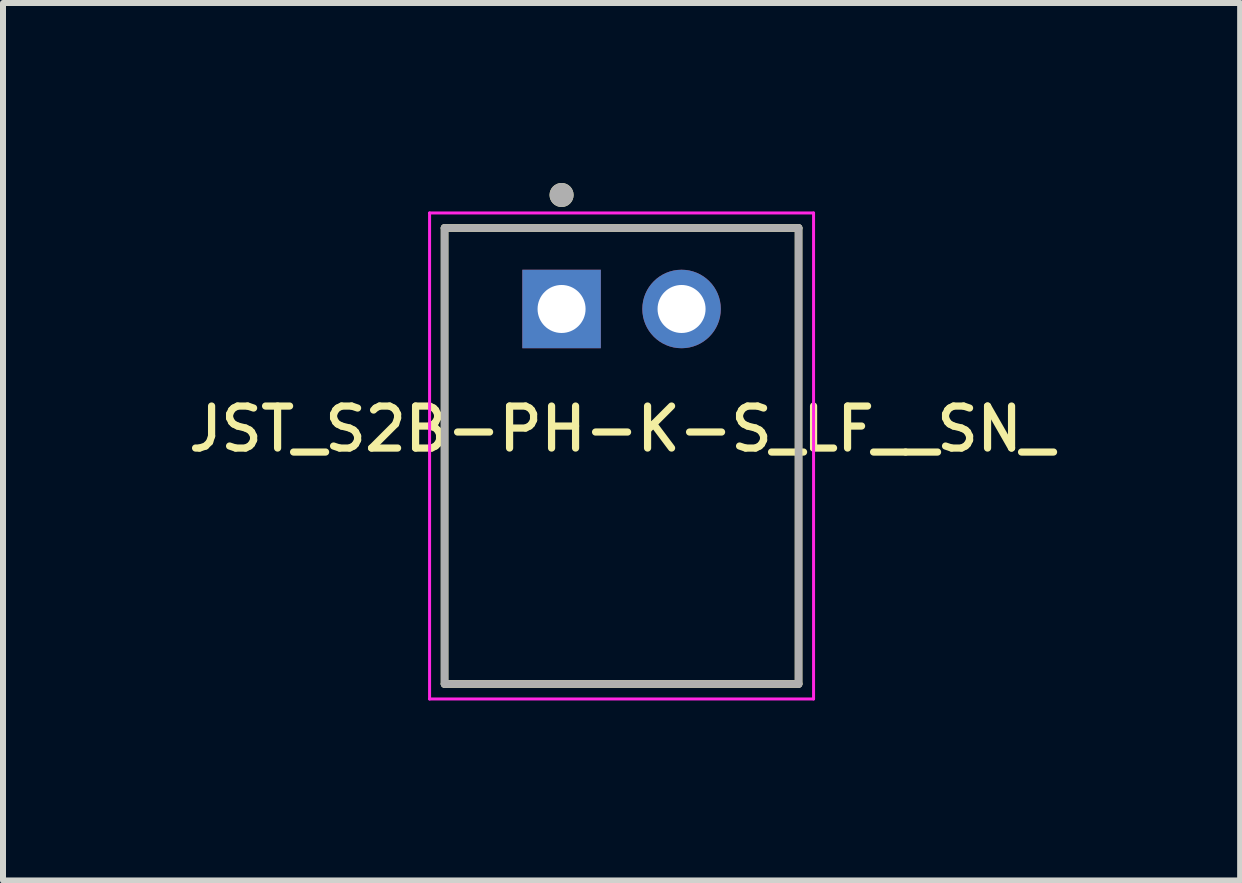
<source format=kicad_pcb>
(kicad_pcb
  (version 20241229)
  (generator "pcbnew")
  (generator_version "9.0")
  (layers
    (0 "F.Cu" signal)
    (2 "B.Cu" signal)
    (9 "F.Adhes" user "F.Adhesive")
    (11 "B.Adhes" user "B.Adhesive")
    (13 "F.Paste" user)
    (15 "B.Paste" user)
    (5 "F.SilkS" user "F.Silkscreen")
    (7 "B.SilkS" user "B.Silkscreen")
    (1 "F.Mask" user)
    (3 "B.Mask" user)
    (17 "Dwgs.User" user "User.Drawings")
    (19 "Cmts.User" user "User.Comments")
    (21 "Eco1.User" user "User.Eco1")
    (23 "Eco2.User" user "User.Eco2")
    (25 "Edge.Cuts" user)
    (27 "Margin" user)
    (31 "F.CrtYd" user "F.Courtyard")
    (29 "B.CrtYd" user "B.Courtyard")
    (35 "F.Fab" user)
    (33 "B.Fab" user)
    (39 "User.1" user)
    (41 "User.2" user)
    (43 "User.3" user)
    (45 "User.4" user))
  (footprint "JST_S2B-PH-K-S_LF__SN_"
    (layer "F.Cu")
    (at 7.31 2.1)
    (property "Reference" "JST_S2B-PH-K-S_LF__SN_" (at 0 2 0) (layer "F.SilkS") (effects (font (size 0.7 0.7) (thickness 0.12))))
    (attr through_hole)
    (fp_line (start -2.95 -1.35) (end 2.95 -1.35) (stroke (width 0.127) (type solid)) (layer "F.SilkS"))
    (fp_line (start -2.95 6.25) (end -2.95 -1.35) (stroke (width 0.127) (type solid)) (layer "F.SilkS"))
    (fp_line (start 2.95 -1.35) (end 2.95 6.25) (stroke (width 0.127) (type solid)) (layer "F.SilkS"))
    (fp_line (start 2.95 6.25) (end -2.95 6.25) (stroke (width 0.127) (type solid)) (layer "F.SilkS"))
    (fp_circle (center -1 -1.9) (end -0.9 -1.9) (stroke (width 0.2) (type solid)) (fill no) (layer "F.SilkS"))
    (fp_line (start -3.2 -1.6) (end 3.2 -1.6) (stroke (width 0.05) (type solid)) (layer "F.CrtYd"))
    (fp_line (start -3.2 6.5) (end -3.2 -1.6) (stroke (width 0.05) (type solid)) (layer "F.CrtYd"))
    (fp_line (start 3.2 -1.6) (end 3.2 6.5) (stroke (width 0.05) (type solid)) (layer "F.CrtYd"))
    (fp_line (start 3.2 6.5) (end -3.2 6.5) (stroke (width 0.05) (type solid)) (layer "F.CrtYd"))
    (fp_line (start -2.95 -1.35) (end 2.95 -1.35) (stroke (width 0.127) (type solid)) (layer "F.Fab"))
    (fp_line (start -2.95 6.25) (end -2.95 -1.35) (stroke (width 0.127) (type solid)) (layer "F.Fab"))
    (fp_line (start 2.95 -1.35) (end 2.95 6.25) (stroke (width 0.127) (type solid)) (layer "F.Fab"))
    (fp_line (start 2.95 6.25) (end -2.95 6.25) (stroke (width 0.127) (type solid)) (layer "F.Fab"))
    (fp_circle (center -1 -1.9) (end -0.9 -1.9) (stroke (width 0.2) (type solid)) (fill no) (layer "F.Fab"))
    (pad "1" thru_hole rect (at -1 0) (size 1.308 1.308) (drill 0.8) (layers "*.Cu" "*.Mask"))
    (pad "2" thru_hole circle (at 1 0) (size 1.308 1.308) (drill 0.8) (layers "*.Cu" "*.Mask")))
  (gr_rect
    (start -3 -3)
    (end 17.62 11.625)
    (stroke (width 0.1) (type default))
    (fill no)
    (layer "Edge.Cuts")))
</source>
